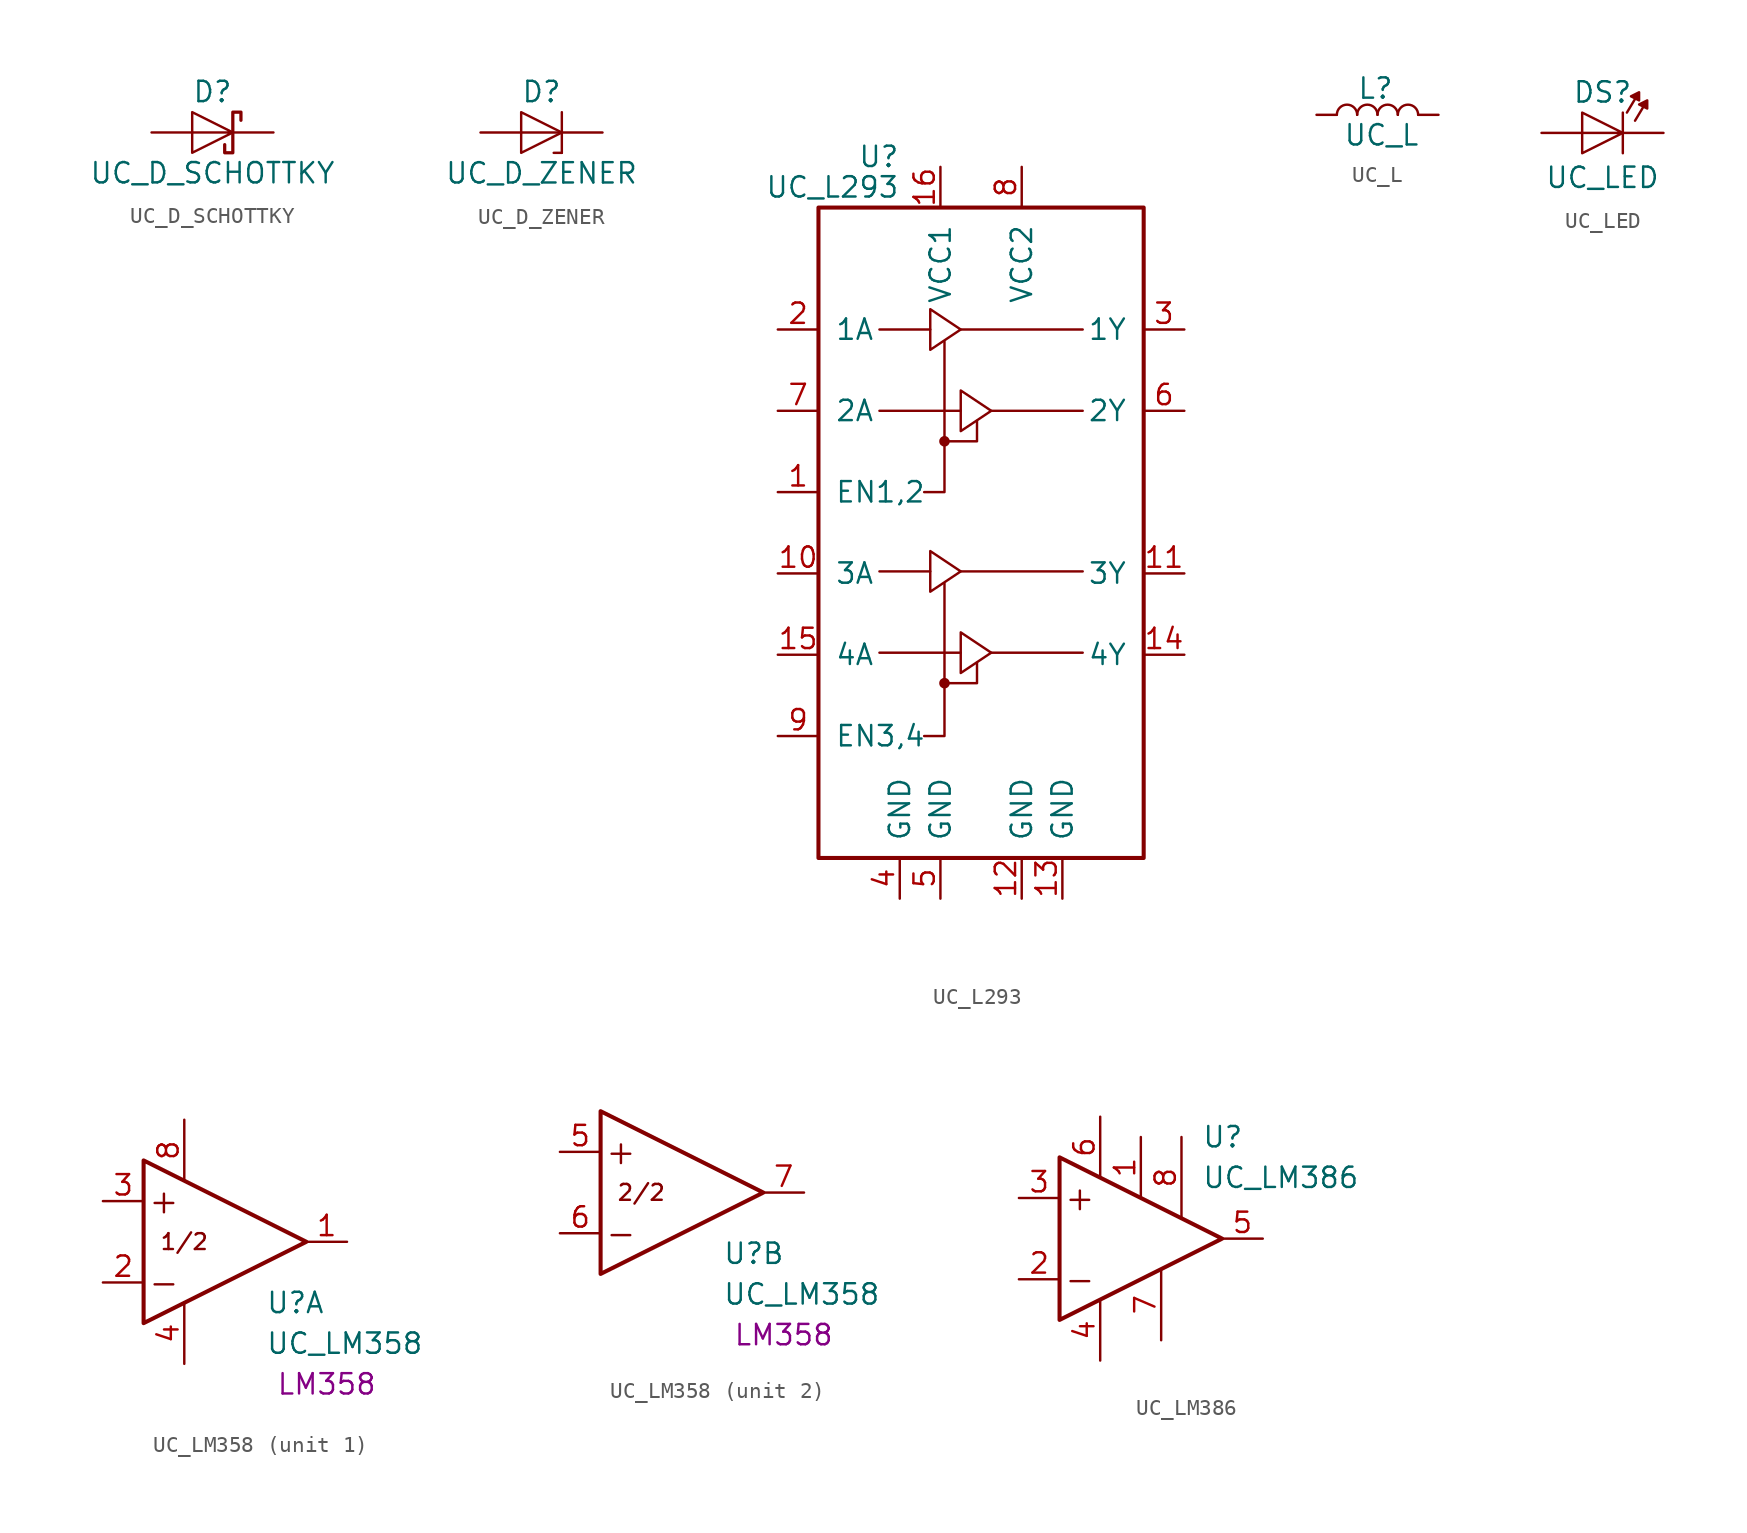
<source format=kicad_sym>
(kicad_symbol_lib
  (version 20220914)
  (generator kicad_symbol_editor)
  (symbol "UC_D_SCHOTTKY"
    (pin_numbers hide)
    (pin_names
      (offset 1.016) hide)
    (property "Reference" "D"
      (at 0 2.54 0)
      (effects (font (size 1.27 1.27))))
    (property "Value" "UC_D_SCHOTTKY"
      (at 0 -2.54 0)
      (effects (font (size 1.27 1.27))))
    (property "Datasheet" ""
      (at 0 0 0)
      (effects (font (size 1.524 1.524))))
    (symbol "UC_D_SCHOTTKY_0_1"
      (polyline (pts (xy 1.27 0) (xy -1.27 1.27) (xy -1.27 -1.27) (xy 1.27 0) (xy -1.27 0) (xy -1.27 0)) (stroke (width 0) (type default)) (fill (type none)))
      (polyline (pts (xy 1.778 0.762) (xy 1.778 1.27) (xy 1.27 1.27) (xy 1.27 -1.27) (xy 0.762 -1.27) (xy 0.762 -0.762)) (stroke (width 0.203) (type default)) (fill (type none))))
    (symbol "UC_D_SCHOTTKY_1_1"
      (pin passive line (at 3.81 0 180) (length 2.54) (name "K" (effects (font (size 1.016 1.016)))) (number "1" (effects (font (size 1.016 1.016)))))
      (pin passive line (at -3.81 0 0) (length 2.54) (name "A" (effects (font (size 1.016 1.016)))) (number "2" (effects (font (size 1.016 1.016)))))))
  (symbol "UC_D_ZENER"
    (pin_numbers hide)
    (pin_names
      (offset 1.016) hide)
    (property "Reference" "D"
      (at 0 2.54 0)
      (effects (font (size 1.27 1.27))))
    (property "Value" "UC_D_ZENER"
      (at 0 -2.54 0)
      (effects (font (size 1.27 1.27))))
    (property "Datasheet" ""
      (at 0 0 0)
      (effects (font (size 1.524 1.524))))
    (symbol "UC_D_ZENER_0_1"
      (polyline (pts (xy 1.27 -1.27) (xy 0.762 -1.27)) (stroke (width 0) (type default)) (fill (type none)))
      (polyline (pts (xy 1.27 1.27) (xy 1.27 -1.27)) (stroke (width 0.152) (type default)) (fill (type none)))
      (polyline (pts (xy 1.27 0) (xy -1.27 0) (xy -1.27 0)) (stroke (width 0) (type default)) (fill (type none)))
      (polyline (pts (xy 1.27 0) (xy -1.27 1.27) (xy -1.27 -1.27) (xy 1.27 0) (xy 1.27 0)) (stroke (width 0) (type default)) (fill (type none))))
    (symbol "UC_D_ZENER_1_1"
      (pin passive line (at 3.81 0 180) (length 2.54) (name "K" (effects (font (size 1.016 1.016)))) (number "1" (effects (font (size 1.016 1.016)))))
      (pin passive line (at -3.81 0 0) (length 2.54) (name "A" (effects (font (size 1.016 1.016)))) (number "2" (effects (font (size 1.016 1.016)))))))
  (symbol "UC_L293"
    (pin_names
      (offset 1.016))
    (property "Reference" "U"
      (at -5.08 26.035 0)
      (effects (font (size 1.27 1.27)) (justify right)))
    (property "Value" "UC_L293"
      (at -5.08 24.13 0)
      (effects (font (size 1.27 1.27)) (justify right)))
    (symbol "UC_L293_0_1"
      (rectangle (start -10.16 22.86) (end 10.16 -17.78) (stroke (width 0.254) (type default)) (fill (type none)))
      (circle (center -2.286 -6.858) (radius 0.254) (stroke (width 0) (type default)) (fill (type outline)))
      (circle (center -2.286 8.255) (radius 0.254) (stroke (width 0) (type default)) (fill (type outline)))
      (polyline (pts (xy -6.35 -4.953) (xy -1.27 -4.953)) (stroke (width 0) (type default)) (fill (type none)))
      (polyline (pts (xy -6.35 0.127) (xy -3.175 0.127)) (stroke (width 0) (type default)) (fill (type none)))
      (polyline (pts (xy -6.35 10.16) (xy -1.27 10.16)) (stroke (width 0) (type default)) (fill (type none)))
      (polyline (pts (xy -6.35 15.24) (xy -3.175 15.24)) (stroke (width 0) (type default)) (fill (type none)))
      (polyline (pts (xy -1.27 0.127) (xy 6.35 0.127)) (stroke (width 0) (type default)) (fill (type none)))
      (polyline (pts (xy -1.27 15.24) (xy 6.35 15.24)) (stroke (width 0) (type default)) (fill (type none)))
      (polyline (pts (xy 0.635 -4.953) (xy 6.35 -4.953)) (stroke (width 0) (type default)) (fill (type none)))
      (polyline (pts (xy 0.635 10.16) (xy 6.35 10.16)) (stroke (width 0) (type default)) (fill (type none)))
      (polyline (pts (xy -2.286 -6.858) (xy -0.254 -6.858) (xy -0.254 -5.588)) (stroke (width 0) (type default)) (fill (type none)))
      (polyline (pts (xy -2.286 -0.635) (xy -2.286 -10.16) (xy -3.556 -10.16)) (stroke (width 0) (type default)) (fill (type none)))
      (polyline (pts (xy -2.286 8.255) (xy -0.254 8.255) (xy -0.254 9.525)) (stroke (width 0) (type default)) (fill (type none)))
      (polyline (pts (xy -2.286 14.478) (xy -2.286 5.08) (xy -3.556 5.08)) (stroke (width 0) (type default)) (fill (type none)))
      (polyline (pts (xy -3.175 1.397) (xy -3.175 -1.143) (xy -1.27 0.127) (xy -3.175 1.397)) (stroke (width 0) (type default)) (fill (type none)))
      (polyline (pts (xy -3.175 16.51) (xy -3.175 13.97) (xy -1.27 15.24) (xy -3.175 16.51)) (stroke (width 0) (type default)) (fill (type none)))
      (polyline (pts (xy -1.27 -3.683) (xy -1.27 -6.223) (xy 0.635 -4.953) (xy -1.27 -3.683)) (stroke (width 0) (type default)) (fill (type none)))
      (polyline (pts (xy -1.27 11.43) (xy -1.27 8.89) (xy 0.635 10.16) (xy -1.27 11.43)) (stroke (width 0) (type default)) (fill (type none))))
    (symbol "UC_L293_1_1"
      (pin input line (at -12.7 5.08 0) (length 2.54) (name "EN1,2" (effects (font (size 1.27 1.27)))) (number "1" (effects (font (size 1.27 1.27)))))
      (pin input line (at -12.7 0 0) (length 2.54) (name "3A" (effects (font (size 1.27 1.27)))) (number "10" (effects (font (size 1.27 1.27)))))
      (pin output line (at 12.7 0 180) (length 2.54) (name "3Y" (effects (font (size 1.27 1.27)))) (number "11" (effects (font (size 1.27 1.27)))))
      (pin power_in line (at 2.54 -20.32 90) (length 2.54) (name "GND" (effects (font (size 1.27 1.27)))) (number "12" (effects (font (size 1.27 1.27)))))
      (pin power_in line (at 5.08 -20.32 90) (length 2.54) (name "GND" (effects (font (size 1.27 1.27)))) (number "13" (effects (font (size 1.27 1.27)))))
      (pin output line (at 12.7 -5.08 180) (length 2.54) (name "4Y" (effects (font (size 1.27 1.27)))) (number "14" (effects (font (size 1.27 1.27)))))
      (pin input line (at -12.7 -5.08 0) (length 2.54) (name "4A" (effects (font (size 1.27 1.27)))) (number "15" (effects (font (size 1.27 1.27)))))
      (pin power_in line (at -2.54 25.4 270) (length 2.54) (name "VCC1" (effects (font (size 1.27 1.27)))) (number "16" (effects (font (size 1.27 1.27)))))
      (pin input line (at -12.7 15.24 0) (length 2.54) (name "1A" (effects (font (size 1.27 1.27)))) (number "2" (effects (font (size 1.27 1.27)))))
      (pin output line (at 12.7 15.24 180) (length 2.54) (name "1Y" (effects (font (size 1.27 1.27)))) (number "3" (effects (font (size 1.27 1.27)))))
      (pin power_in line (at -5.08 -20.32 90) (length 2.54) (name "GND" (effects (font (size 1.27 1.27)))) (number "4" (effects (font (size 1.27 1.27)))))
      (pin power_in line (at -2.54 -20.32 90) (length 2.54) (name "GND" (effects (font (size 1.27 1.27)))) (number "5" (effects (font (size 1.27 1.27)))))
      (pin output line (at 12.7 10.16 180) (length 2.54) (name "2Y" (effects (font (size 1.27 1.27)))) (number "6" (effects (font (size 1.27 1.27)))))
      (pin input line (at -12.7 10.16 0) (length 2.54) (name "2A" (effects (font (size 1.27 1.27)))) (number "7" (effects (font (size 1.27 1.27)))))
      (pin power_in line (at 2.54 25.4 270) (length 2.54) (name "VCC2" (effects (font (size 1.27 1.27)))) (number "8" (effects (font (size 1.27 1.27)))))
      (pin input line (at -12.7 -10.16 0) (length 2.54) (name "EN3,4" (effects (font (size 1.27 1.27)))) (number "9" (effects (font (size 1.27 1.27)))))))
  (symbol "UC_L"
    (pin_numbers hide)
    (pin_names
      (offset 1.016) hide)
    (property "Reference" "L"
      (at -0.127 1.651 0)
      (effects (font (size 1.27 1.27))))
    (property "Value" "UC_L"
      (at 0.254 -1.27 0)
      (effects (font (size 1.27 1.27))))
    (property "Datasheet" ""
      (at 0 0 0)
      (effects (font (size 1.524 1.524))))
    (symbol "UC_L_0_0"
      (arc (start -1.27 0) (mid -1.905 0.6323) (end -2.54 0) (stroke (width 0) (type default)) (fill (type none)))
      (arc (start 0 0) (mid -0.635 0.6323) (end -1.27 0) (stroke (width 0) (type default)) (fill (type none)))
      (arc (start 1.27 0) (mid 0.635 0.6323) (end 0 0) (stroke (width 0) (type default)) (fill (type none)))
      (arc (start 2.54 0) (mid 1.905 0.6323) (end 1.27 0) (stroke (width 0) (type default)) (fill (type none))))
    (symbol "UC_L_1_1"
      (pin passive line (at -3.81 0 0) (length 1.27) (name "1" (effects (font (size 1.778 1.778)))) (number "1" (effects (font (size 1.778 1.778)))))
      (pin passive line (at 3.81 0 180) (length 1.27) (name "2" (effects (font (size 1.778 1.778)))) (number "2" (effects (font (size 1.778 1.778)))))))
  (symbol "UC_LED"
    (pin_numbers hide)
    (pin_names
      (offset 0) hide)
    (property "Reference" "DS"
      (at 0 2.54 0)
      (effects (font (size 1.27 1.27))))
    (property "Value" "UC_LED"
      (at 0 -2.794 0)
      (effects (font (size 1.27 1.27))))
    (property "Datasheet" ""
      (at 0 0 0)
      (effects (font (size 1.524 1.524))))
    (symbol "UC_LED_0_1"
      (polyline (pts (xy 1.27 1.27) (xy 1.27 -1.27)) (stroke (width 0) (type default)) (fill (type none)))
      (polyline (pts (xy 1.27 0) (xy -1.27 1.27) (xy -1.27 -1.27) (xy 1.27 0) (xy -1.27 0) (xy -1.27 0)) (stroke (width 0) (type default)) (fill (type none)))
      (polyline (pts (xy 1.524 1.27) (xy 2.286 2.54) (xy 1.778 2.286) (xy 2.286 2.032) (xy 2.286 2.54) (xy 2.286 2.54)) (stroke (width 0) (type default)) (fill (type outline)))
      (polyline (pts (xy 2.032 0.762) (xy 2.794 2.032) (xy 2.286 1.778) (xy 2.794 1.524) (xy 2.794 2.032) (xy 2.794 2.032)) (stroke (width 0) (type default)) (fill (type outline))))
    (symbol "UC_LED_1_1"
      (pin passive line (at 3.81 0 180) (length 2.54) (name "K" (effects (font (size 1.016 1.016)))) (number "1" (effects (font (size 1.016 1.016)))))
      (pin passive line (at -3.81 0 0) (length 2.54) (name "A" (effects (font (size 1.016 1.016)))) (number "2" (effects (font (size 1.016 1.016)))))))
  (symbol "UC_LM358"
    (pin_names hide)
    (property "Reference" "U"
      (at 2.54 -3.81 0)
      (effects (font (size 1.27 1.27)) (justify left)))
    (property "Value" "UC_LM358"
      (at 2.54 -6.35 0)
      (effects (font (size 1.27 1.27)) (justify left)))
    (property "Sim.Name" "LM358"
      (at 6.35 -8.89 0)
      (effects (font (size 1.27 1.27))))
    (symbol "UC_LM358_0_0"
      (text "+" (at -3.81 2.54 0) (effects (font (size 1.524 1.524))))
      (text "-" (at -3.81 -2.54 0) (effects (font (size 1.524 1.524)))))
    (symbol "UC_LM358_0_1"
      (polyline (pts (xy -5.08 5.08) (xy 5.08 0) (xy -5.08 -5.08) (xy -5.08 5.08)) (stroke (width 0.254) (type default)) (fill (type none))))
    (symbol "UC_LM358_1_1"
      (text "1/2" (at -2.54 0 0) (effects (font (size 0.991 0.991))))
      (pin output line (at 7.62 0 180) (length 2.54) (name "~" (effects (font (size 1.27 1.27)))) (number "1" (effects (font (size 1.27 1.27)))))
      (pin input line (at -7.62 -2.54 0) (length 2.54) (name "-" (effects (font (size 1.27 1.27)))) (number "2" (effects (font (size 1.27 1.27)))))
      (pin input line (at -7.62 2.54 0) (length 2.54) (name "+" (effects (font (size 1.27 1.27)))) (number "3" (effects (font (size 1.27 1.27)))))
      (pin power_in line (at -2.54 -7.62 90) (length 3.81) (name "V-" (effects (font (size 1.27 1.27)))) (number "4" (effects (font (size 1.27 1.27)))))
      (pin power_in line (at -2.54 7.62 270) (length 3.81) (name "V+" (effects (font (size 1.27 1.27)))) (number "8" (effects (font (size 1.27 1.27))))))
    (symbol "UC_LM358_2_1"
      (text "2/2" (at -2.54 0 0) (effects (font (size 0.991 0.991))))
      (pin input line (at -7.62 2.54 0) (length 2.54) (name "+" (effects (font (size 1.27 1.27)))) (number "5" (effects (font (size 1.27 1.27)))))
      (pin input line (at -7.62 -2.54 0) (length 2.54) (name "-" (effects (font (size 1.27 1.27)))) (number "6" (effects (font (size 1.27 1.27)))))
      (pin output line (at 7.62 0 180) (length 2.54) (name "~" (effects (font (size 1.27 1.27)))) (number "7" (effects (font (size 1.27 1.27)))))))
  (symbol "UC_LM386"
    (pin_names
      (offset 0.254) hide)
    (property "Reference" "U"
      (at 3.81 6.35 0)
      (effects (font (size 1.27 1.27)) (justify left)))
    (property "Value" "UC_LM386"
      (at 3.81 3.81 0)
      (effects (font (size 1.27 1.27)) (justify left)))
    (symbol "UC_LM386_0_0"
      (text "+" (at -3.81 2.54 0) (effects (font (size 1.524 1.524))))
      (text "-" (at -3.81 -2.54 0) (effects (font (size 1.524 1.524)))))
    (symbol "UC_LM386_0_1"
      (polyline (pts (xy 5.08 0) (xy -5.08 5.08) (xy -5.08 -5.08) (xy 5.08 0)) (stroke (width 0.254) (type default)) (fill (type none))))
    (symbol "UC_LM386_1_1"
      (pin input line (at 0 6.35 270) (length 3.81) (name "~" (effects (font (size 1.27 1.27)))) (number "1" (effects (font (size 1.27 1.27)))))
      (pin input line (at -7.62 -2.54 0) (length 2.54) (name "-" (effects (font (size 1.27 1.27)))) (number "2" (effects (font (size 1.27 1.27)))))
      (pin input line (at -7.62 2.54 0) (length 2.54) (name "+" (effects (font (size 1.27 1.27)))) (number "3" (effects (font (size 1.27 1.27)))))
      (pin power_in line (at -2.54 -7.62 90) (length 3.81) (name "Gnd" (effects (font (size 1.27 1.27)))) (number "4" (effects (font (size 1.27 1.27)))))
      (pin output line (at 7.62 0 180) (length 2.54) (name "~" (effects (font (size 1.27 1.27)))) (number "5" (effects (font (size 1.27 1.27)))))
      (pin power_in line (at -2.54 7.62 270) (length 3.81) (name "V+" (effects (font (size 1.27 1.27)))) (number "6" (effects (font (size 1.27 1.27)))))
      (pin output line (at 1.27 -6.35 90) (length 4.445) (name "~" (effects (font (size 1.27 1.27)))) (number "7" (effects (font (size 1.27 1.27)))))
      (pin input line (at 2.54 6.35 270) (length 5.08) (name "~" (effects (font (size 1.27 1.27)))) (number "8" (effects (font (size 1.27 1.27))))))))
</source>
